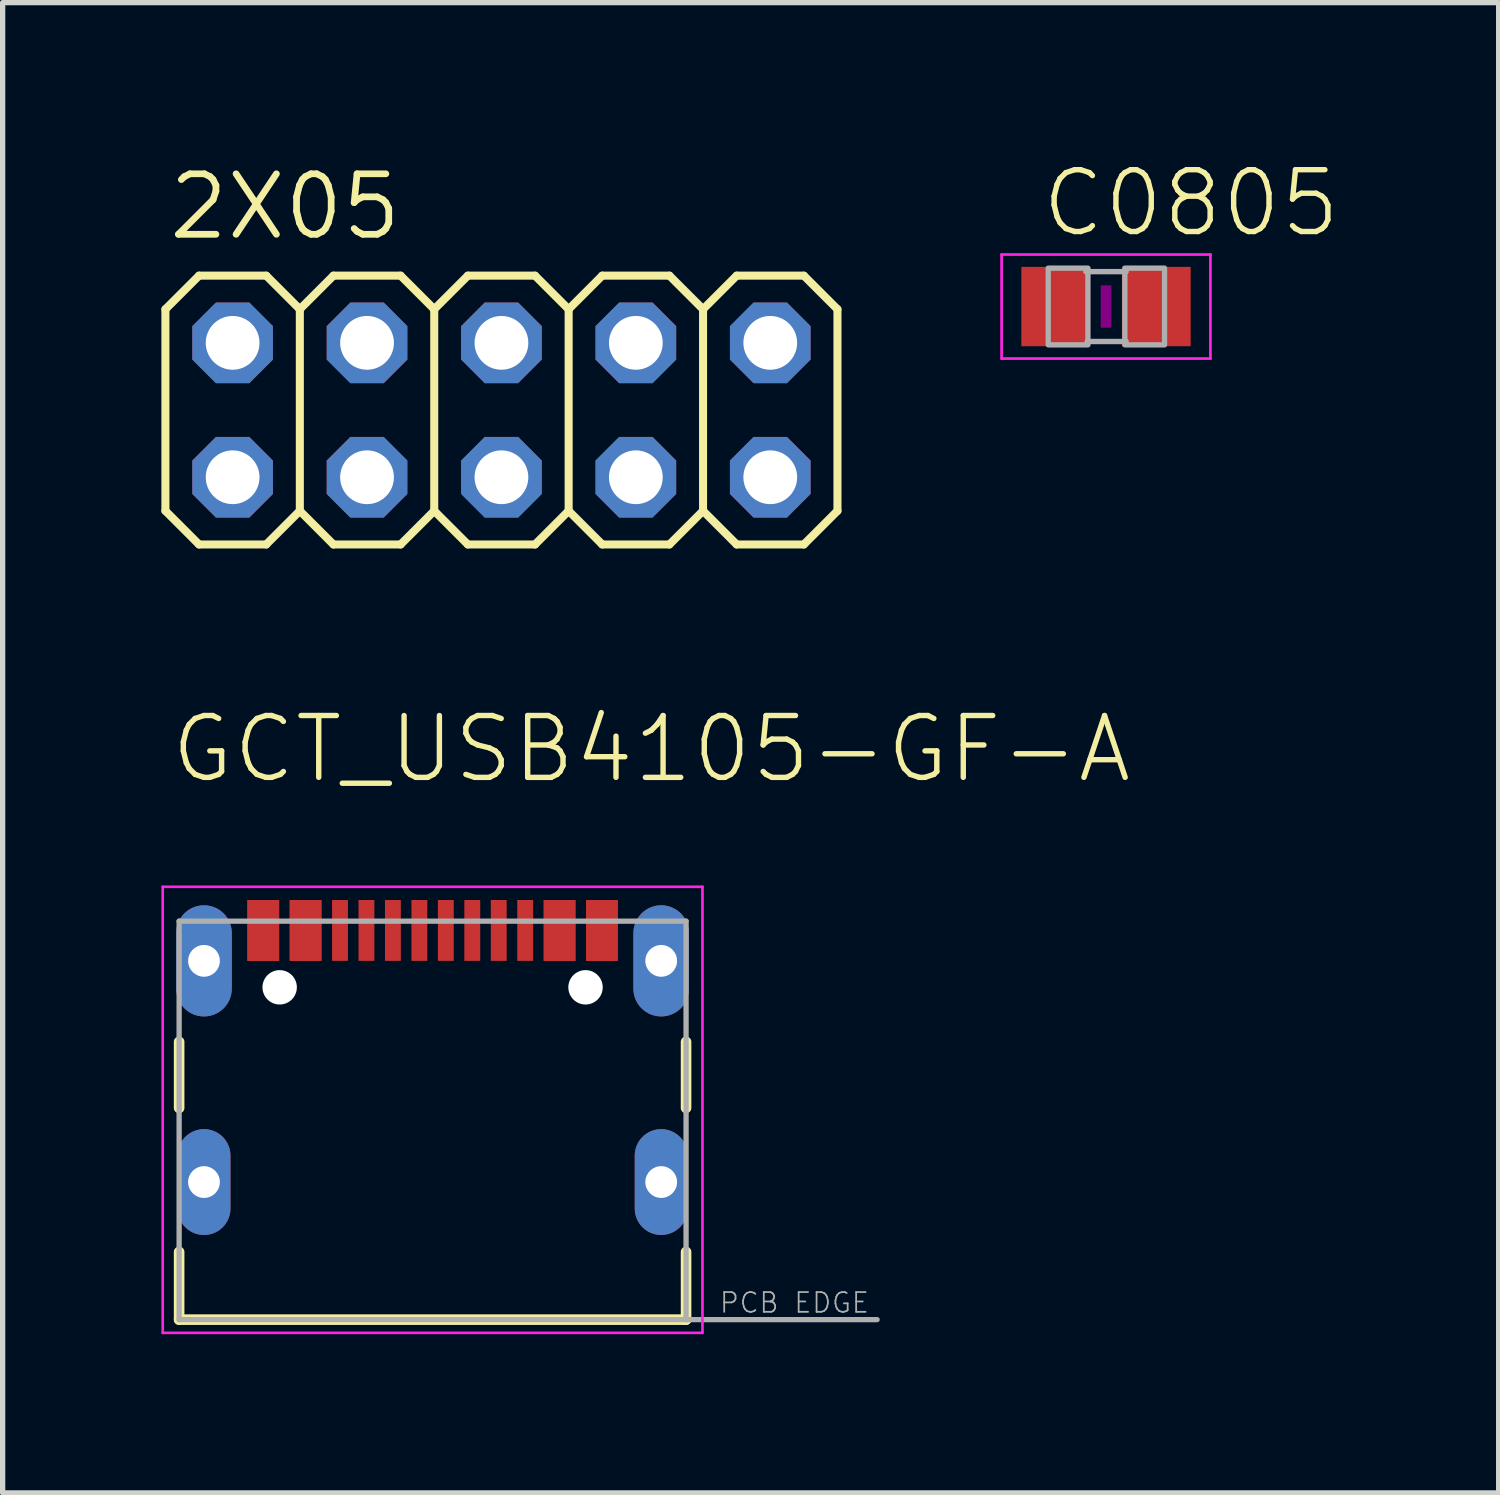
<source format=kicad_pcb>
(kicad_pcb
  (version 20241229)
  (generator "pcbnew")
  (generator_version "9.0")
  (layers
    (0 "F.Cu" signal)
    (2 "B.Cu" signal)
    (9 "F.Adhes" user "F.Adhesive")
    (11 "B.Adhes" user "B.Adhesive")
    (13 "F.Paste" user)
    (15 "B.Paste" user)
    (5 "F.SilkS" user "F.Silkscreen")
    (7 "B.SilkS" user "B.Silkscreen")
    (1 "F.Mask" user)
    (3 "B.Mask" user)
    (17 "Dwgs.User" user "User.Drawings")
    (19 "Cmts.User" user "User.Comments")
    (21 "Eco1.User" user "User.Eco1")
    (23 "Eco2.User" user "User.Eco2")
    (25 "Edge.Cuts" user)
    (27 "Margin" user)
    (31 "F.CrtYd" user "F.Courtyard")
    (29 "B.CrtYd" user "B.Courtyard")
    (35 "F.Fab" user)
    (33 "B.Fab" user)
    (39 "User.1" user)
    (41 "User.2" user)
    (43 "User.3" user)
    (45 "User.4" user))
  (footprint "C0805"
    (layer "F.Cu")
    (at 17.851 2.743)
    (property "Reference" "C0805" (at -1.27 -1.27 0) (layer "F.SilkS") (effects (font (size 1.168 1.168) (thickness 0.102)) (justify left bottom)))
    (fp_poly (pts (xy -0.1 0.4) (xy 0.1 0.4) (xy 0.1 -0.4) (xy -0.1 -0.4)) (stroke (width 0) (type solid)) (fill yes) (layer "F.Adhes"))
    (fp_line (start -1.973 -0.983) (end 1.973 -0.983) (stroke (width 0.051) (type solid)) (layer "F.CrtYd"))
    (fp_line (start -1.973 0.983) (end -1.973 -0.983) (stroke (width 0.051) (type solid)) (layer "F.CrtYd"))
    (fp_line (start 1.973 -0.983) (end 1.973 0.983) (stroke (width 0.051) (type solid)) (layer "F.CrtYd"))
    (fp_line (start 1.973 0.983) (end -1.973 0.983) (stroke (width 0.051) (type solid)) (layer "F.CrtYd"))
    (fp_line (start -0.381 -0.66) (end 0.381 -0.66) (stroke (width 0.102) (type solid)) (layer "F.Fab"))
    (fp_line (start -0.356 0.66) (end 0.381 0.66) (stroke (width 0.102) (type solid)) (layer "F.Fab"))
    (fp_poly (pts (xy -1.092 0.724) (xy -0.342 0.724) (xy -0.342 -0.726) (xy -1.092 -0.726)) (stroke (width 0.1) (type solid)) (fill no) (layer "F.Fab"))
    (fp_poly (pts (xy 0.356 0.724) (xy 1.106 0.724) (xy 1.106 -0.726) (xy 0.356 -0.726)) (stroke (width 0.1) (type solid)) (fill no) (layer "F.Fab"))
    (pad "1" smd rect (at -0.95 0) (size 1.3 1.5) (layers "F.Cu" "F.Mask" "F.Paste"))
    (pad "2" smd rect (at 0.95 0) (size 1.3 1.5) (layers "F.Cu" "F.Mask" "F.Paste")))
  (footprint "2X05"
    (layer "F.Cu")
    (at 6.426 4.699)
    (property "Reference" "2X05" (at -6.35 -3.175 0) (layer "F.SilkS") (effects (font (size 1.143 1.143) (thickness 0.127)) (justify left bottom)))
    (fp_line (start -6.35 -1.905) (end -5.715 -2.54) (stroke (width 0.152) (type solid)) (layer "F.SilkS"))
    (fp_line (start -6.35 1.905) (end -6.35 -1.905) (stroke (width 0.152) (type solid)) (layer "F.SilkS"))
    (fp_line (start -6.35 1.905) (end -5.715 2.54) (stroke (width 0.152) (type solid)) (layer "F.SilkS"))
    (fp_line (start -5.715 -2.54) (end -4.445 -2.54) (stroke (width 0.152) (type solid)) (layer "F.SilkS"))
    (fp_line (start -5.715 2.54) (end -4.445 2.54) (stroke (width 0.152) (type solid)) (layer "F.SilkS"))
    (fp_line (start -4.445 -2.54) (end -3.81 -1.905) (stroke (width 0.152) (type solid)) (layer "F.SilkS"))
    (fp_line (start -4.445 2.54) (end -3.81 1.905) (stroke (width 0.152) (type solid)) (layer "F.SilkS"))
    (fp_line (start -3.81 -1.905) (end -3.81 1.905) (stroke (width 0.152) (type solid)) (layer "F.SilkS"))
    (fp_line (start -3.81 -1.905) (end -3.175 -2.54) (stroke (width 0.152) (type solid)) (layer "F.SilkS"))
    (fp_line (start -3.81 1.905) (end -3.175 2.54) (stroke (width 0.152) (type solid)) (layer "F.SilkS"))
    (fp_line (start -3.175 -2.54) (end -1.905 -2.54) (stroke (width 0.152) (type solid)) (layer "F.SilkS"))
    (fp_line (start -3.175 2.54) (end -1.905 2.54) (stroke (width 0.152) (type solid)) (layer "F.SilkS"))
    (fp_line (start -1.905 -2.54) (end -1.27 -1.905) (stroke (width 0.152) (type solid)) (layer "F.SilkS"))
    (fp_line (start -1.905 2.54) (end -1.27 1.905) (stroke (width 0.152) (type solid)) (layer "F.SilkS"))
    (fp_line (start -1.27 -1.905) (end -1.27 1.905) (stroke (width 0.152) (type solid)) (layer "F.SilkS"))
    (fp_line (start -1.27 -1.905) (end -0.635 -2.54) (stroke (width 0.152) (type solid)) (layer "F.SilkS"))
    (fp_line (start -1.27 1.905) (end -0.635 2.54) (stroke (width 0.152) (type solid)) (layer "F.SilkS"))
    (fp_line (start -0.635 -2.54) (end 0.635 -2.54) (stroke (width 0.152) (type solid)) (layer "F.SilkS"))
    (fp_line (start -0.635 2.54) (end 0.635 2.54) (stroke (width 0.152) (type solid)) (layer "F.SilkS"))
    (fp_line (start 0.635 -2.54) (end 1.27 -1.905) (stroke (width 0.152) (type solid)) (layer "F.SilkS"))
    (fp_line (start 0.635 2.54) (end 1.27 1.905) (stroke (width 0.152) (type solid)) (layer "F.SilkS"))
    (fp_line (start 1.27 -1.905) (end 1.27 1.905) (stroke (width 0.152) (type solid)) (layer "F.SilkS"))
    (fp_line (start 1.27 -1.905) (end 1.905 -2.54) (stroke (width 0.152) (type solid)) (layer "F.SilkS"))
    (fp_line (start 1.27 1.905) (end 1.905 2.54) (stroke (width 0.152) (type solid)) (layer "F.SilkS"))
    (fp_line (start 1.905 -2.54) (end 3.175 -2.54) (stroke (width 0.152) (type solid)) (layer "F.SilkS"))
    (fp_line (start 1.905 2.54) (end 3.175 2.54) (stroke (width 0.152) (type solid)) (layer "F.SilkS"))
    (fp_line (start 3.175 -2.54) (end 3.81 -1.905) (stroke (width 0.152) (type solid)) (layer "F.SilkS"))
    (fp_line (start 3.175 2.54) (end 3.81 1.905) (stroke (width 0.152) (type solid)) (layer "F.SilkS"))
    (fp_line (start 3.81 -1.905) (end 3.81 1.905) (stroke (width 0.152) (type solid)) (layer "F.SilkS"))
    (fp_line (start 3.81 -1.905) (end 4.445 -2.54) (stroke (width 0.152) (type solid)) (layer "F.SilkS"))
    (fp_line (start 3.81 1.905) (end 4.445 2.54) (stroke (width 0.152) (type solid)) (layer "F.SilkS"))
    (fp_line (start 4.445 -2.54) (end 5.715 -2.54) (stroke (width 0.152) (type solid)) (layer "F.SilkS"))
    (fp_line (start 4.445 2.54) (end 5.715 2.54) (stroke (width 0.152) (type solid)) (layer "F.SilkS"))
    (fp_line (start 5.715 -2.54) (end 6.35 -1.905) (stroke (width 0.152) (type solid)) (layer "F.SilkS"))
    (fp_line (start 5.715 2.54) (end 6.35 1.905) (stroke (width 0.152) (type solid)) (layer "F.SilkS"))
    (fp_line (start 6.35 -1.905) (end 6.35 1.905) (stroke (width 0.152) (type solid)) (layer "F.SilkS"))
    (fp_poly (pts (xy -5.334 -1.016) (xy -4.826 -1.016) (xy -4.826 -1.524) (xy -5.334 -1.524)) (stroke (width 0.1) (type solid)) (fill no) (layer "F.Fab"))
    (fp_poly (pts (xy -5.334 1.524) (xy -4.826 1.524) (xy -4.826 1.016) (xy -5.334 1.016)) (stroke (width 0.1) (type solid)) (fill no) (layer "F.Fab"))
    (fp_poly (pts (xy -2.794 -1.016) (xy -2.286 -1.016) (xy -2.286 -1.524) (xy -2.794 -1.524)) (stroke (width 0.1) (type solid)) (fill no) (layer "F.Fab"))
    (fp_poly (pts (xy -2.794 1.524) (xy -2.286 1.524) (xy -2.286 1.016) (xy -2.794 1.016)) (stroke (width 0.1) (type solid)) (fill no) (layer "F.Fab"))
    (fp_poly (pts (xy -0.254 -1.016) (xy 0.254 -1.016) (xy 0.254 -1.524) (xy -0.254 -1.524)) (stroke (width 0.1) (type solid)) (fill no) (layer "F.Fab"))
    (fp_poly (pts (xy -0.254 1.524) (xy 0.254 1.524) (xy 0.254 1.016) (xy -0.254 1.016)) (stroke (width 0.1) (type solid)) (fill no) (layer "F.Fab"))
    (fp_poly (pts (xy 2.286 -1.016) (xy 2.794 -1.016) (xy 2.794 -1.524) (xy 2.286 -1.524)) (stroke (width 0.1) (type solid)) (fill no) (layer "F.Fab"))
    (fp_poly (pts (xy 2.286 1.524) (xy 2.794 1.524) (xy 2.794 1.016) (xy 2.286 1.016)) (stroke (width 0.1) (type solid)) (fill no) (layer "F.Fab"))
    (fp_poly (pts (xy 4.826 -1.016) (xy 5.334 -1.016) (xy 5.334 -1.524) (xy 4.826 -1.524)) (stroke (width 0.1) (type solid)) (fill no) (layer "F.Fab"))
    (fp_poly (pts (xy 4.826 1.524) (xy 5.334 1.524) (xy 5.334 1.016) (xy 4.826 1.016)) (stroke (width 0.1) (type solid)) (fill no) (layer "F.Fab"))
    (pad "1" thru_hole roundrect (at -5.08 1.27) (size 1.524 1.524) (drill 1.016) (layers "*.Cu" "*.Mask") (roundrect_rratio 0.25) (chamfer_ratio 0.293) (chamfer top_left top_right bottom_left bottom_right))
    (pad "2" thru_hole roundrect (at -5.08 -1.27) (size 1.524 1.524) (drill 1.016) (layers "*.Cu" "*.Mask") (roundrect_rratio 0.25) (chamfer_ratio 0.293) (chamfer top_left top_right bottom_left bottom_right))
    (pad "3" thru_hole roundrect (at -2.54 1.27) (size 1.524 1.524) (drill 1.016) (layers "*.Cu" "*.Mask") (roundrect_rratio 0.25) (chamfer_ratio 0.293) (chamfer top_left top_right bottom_left bottom_right))
    (pad "4" thru_hole roundrect (at -2.54 -1.27) (size 1.524 1.524) (drill 1.016) (layers "*.Cu" "*.Mask") (roundrect_rratio 0.25) (chamfer_ratio 0.293) (chamfer top_left top_right bottom_left bottom_right))
    (pad "5" thru_hole roundrect (at 0 1.27) (size 1.524 1.524) (drill 1.016) (layers "*.Cu" "*.Mask") (roundrect_rratio 0.25) (chamfer_ratio 0.293) (chamfer top_left top_right bottom_left bottom_right))
    (pad "6" thru_hole roundrect (at 0 -1.27) (size 1.524 1.524) (drill 1.016) (layers "*.Cu" "*.Mask") (roundrect_rratio 0.25) (chamfer_ratio 0.293) (chamfer top_left top_right bottom_left bottom_right))
    (pad "7" thru_hole roundrect (at 2.54 1.27) (size 1.524 1.524) (drill 1.016) (layers "*.Cu" "*.Mask") (roundrect_rratio 0.25) (chamfer_ratio 0.293) (chamfer top_left top_right bottom_left bottom_right))
    (pad "8" thru_hole roundrect (at 2.54 -1.27) (size 1.524 1.524) (drill 1.016) (layers "*.Cu" "*.Mask") (roundrect_rratio 0.25) (chamfer_ratio 0.293) (chamfer top_left top_right bottom_left bottom_right))
    (pad "9" thru_hole roundrect (at 5.08 1.27) (size 1.524 1.524) (drill 1.016) (layers "*.Cu" "*.Mask") (roundrect_rratio 0.25) (chamfer_ratio 0.293) (chamfer top_left top_right bottom_left bottom_right))
    (pad "10" thru_hole roundrect (at 5.08 -1.27) (size 1.524 1.524) (drill 1.016) (layers "*.Cu" "*.Mask") (roundrect_rratio 0.25) (chamfer_ratio 0.293) (chamfer top_left top_right bottom_left bottom_right)))
  (footprint "GCT_USB4105-GF-A"
    (layer "F.Cu")
    (at 5.125 19.288)
    (property "Reference" "GCT_USB4105-GF-A" (at -5 -7.5 0) (layer "F.SilkS") (effects (font (size 1.168 1.168) (thickness 0.102)) (justify left bottom)))
    (fp_line (start -4.79 -2.65) (end -4.79 -1.4) (stroke (width 0.2) (type solid)) (layer "F.SilkS"))
    (fp_line (start -4.79 1.32) (end -4.79 2.6) (stroke (width 0.2) (type solid)) (layer "F.SilkS"))
    (fp_line (start -4.79 2.6) (end 4.79 2.6) (stroke (width 0.2) (type solid)) (layer "F.SilkS"))
    (fp_line (start 4.79 -2.65) (end 4.79 -1.4) (stroke (width 0.2) (type solid)) (layer "F.SilkS"))
    (fp_line (start 4.79 2.6) (end 4.79 1.32) (stroke (width 0.2) (type solid)) (layer "F.SilkS"))
    (fp_line (start -5.1 -5.58) (end -5.1 2.85) (stroke (width 0.05) (type solid)) (layer "F.CrtYd"))
    (fp_line (start -5.1 2.85) (end 5.1 2.85) (stroke (width 0.05) (type solid)) (layer "F.CrtYd"))
    (fp_line (start 5.1 -5.58) (end -5.1 -5.58) (stroke (width 0.05) (type solid)) (layer "F.CrtYd"))
    (fp_line (start 5.1 2.85) (end 5.1 -5.58) (stroke (width 0.05) (type solid)) (layer "F.CrtYd"))
    (fp_line (start -4.79 -4.93) (end 4.79 -4.93) (stroke (width 0.1) (type solid)) (layer "F.Fab"))
    (fp_line (start -4.79 2.6) (end -4.79 -4.93) (stroke (width 0.1) (type solid)) (layer "F.Fab"))
    (fp_line (start 4.79 -4.93) (end 4.79 2.6) (stroke (width 0.1) (type solid)) (layer "F.Fab"))
    (fp_line (start 4.79 2.6) (end -4.79 2.6) (stroke (width 0.1) (type solid)) (layer "F.Fab"))
    (fp_line (start 4.8 2.6) (end 8.4 2.6) (stroke (width 0.1) (type solid)) (layer "F.Fab"))
    (fp_text user "PCB EDGE" (at 5.4 2.5 0) (layer "F.Fab") (effects (font (size 0.374 0.374) (thickness 0.033)) (justify left bottom)))
    (pad "" np_thru_hole circle (at -2.89 -3.68) (size 0.65 0.65) (drill 0.65) (layers "*.Cu" "*.Mask"))
    (pad "" np_thru_hole circle (at 2.89 -3.68) (size 0.65 0.65) (drill 0.65) (layers "*.Cu" "*.Mask"))
    (pad "A1" smd rect (at -3.2 -4.755) (size 0.6 1.15) (layers "F.Cu" "F.Mask" "F.Paste"))
    (pad "A4" smd rect (at -2.4 -4.755) (size 0.6 1.15) (layers "F.Cu" "F.Mask" "F.Paste"))
    (pad "A5" smd rect (at -1.25 -4.755) (size 0.3 1.15) (layers "F.Cu" "F.Mask" "F.Paste"))
    (pad "A6" smd rect (at -0.25 -4.755) (size 0.3 1.15) (layers "F.Cu" "F.Mask" "F.Paste"))
    (pad "A7" smd rect (at 0.25 -4.755) (size 0.3 1.15) (layers "F.Cu" "F.Mask" "F.Paste"))
    (pad "A8" smd rect (at 1.25 -4.755) (size 0.3 1.15) (layers "F.Cu" "F.Mask" "F.Paste"))
    (pad "A9" smd rect (at 2.4 -4.755) (size 0.6 1.15) (layers "F.Cu" "F.Mask" "F.Paste"))
    (pad "A12" smd rect (at 3.2 -4.755) (size 0.6 1.15) (layers "F.Cu" "F.Mask" "F.Paste"))
    (pad "B1" smd rect (at 3.2 -4.755) (size 0.6 1.15) (layers "F.Cu" "F.Mask" "F.Paste"))
    (pad "B4" smd rect (at 2.4 -4.755) (size 0.6 1.15) (layers "F.Cu" "F.Mask" "F.Paste"))
    (pad "B5" smd rect (at 1.75 -4.755) (size 0.3 1.15) (layers "F.Cu" "F.Mask" "F.Paste"))
    (pad "B6" smd rect (at 0.75 -4.755) (size 0.3 1.15) (layers "F.Cu" "F.Mask" "F.Paste"))
    (pad "B7" smd rect (at -0.75 -4.755) (size 0.3 1.15) (layers "F.Cu" "F.Mask" "F.Paste"))
    (pad "B8" smd rect (at -1.75 -4.755) (size 0.3 1.15) (layers "F.Cu" "F.Mask" "F.Paste"))
    (pad "B9" smd rect (at -2.4 -4.755) (size 0.6 1.15) (layers "F.Cu" "F.Mask" "F.Paste"))
    (pad "B12" smd rect (at -3.2 -4.755) (size 0.6 1.15) (layers "F.Cu" "F.Mask" "F.Paste"))
    (pad "S1" thru_hole oval (at -4.32 -4.18 90) (size 2.1 1.05) (drill 0.6) (layers "*.Cu" "*.Mask"))
    (pad "S1" thru_hole oval (at -4.32 0 90) (size 2 1) (drill 0.6) (layers "*.Cu" "*.Mask"))
    (pad "S1" thru_hole oval (at 4.32 -4.18 90) (size 2.1 1.05) (drill 0.6) (layers "*.Cu" "*.Mask"))
    (pad "S1" thru_hole oval (at 4.32 0 90) (size 2 1) (drill 0.6) (layers "*.Cu" "*.Mask")))
  (gr_rect
    (start -3 -3)
    (end 25.271 25.163)
    (stroke (width 0.1) (type default))
    (fill no)
    (layer "Edge.Cuts")))
</source>
